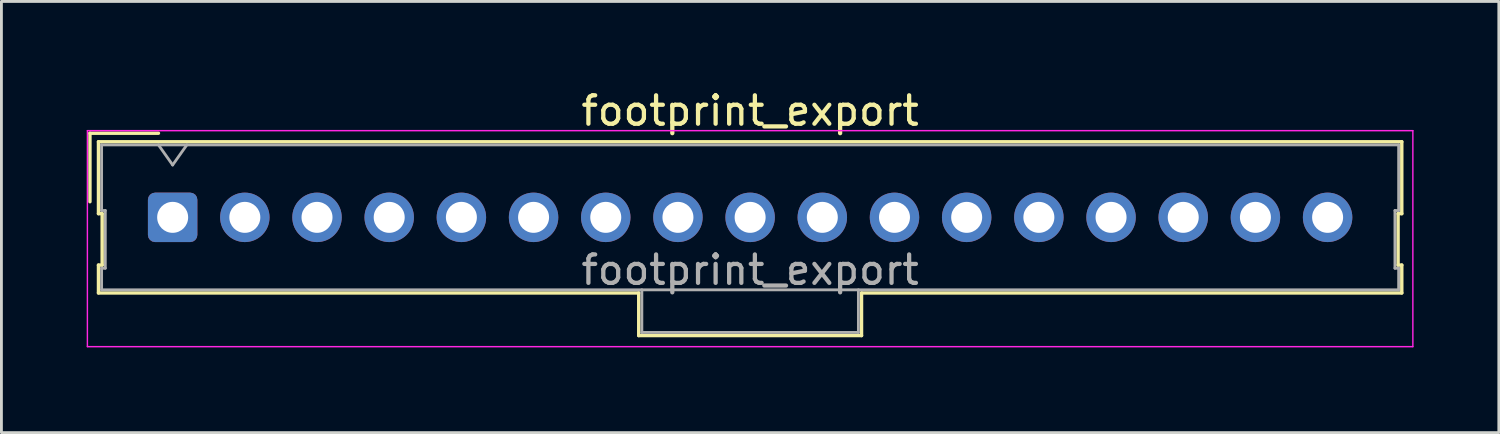
<source format=kicad_pcb>
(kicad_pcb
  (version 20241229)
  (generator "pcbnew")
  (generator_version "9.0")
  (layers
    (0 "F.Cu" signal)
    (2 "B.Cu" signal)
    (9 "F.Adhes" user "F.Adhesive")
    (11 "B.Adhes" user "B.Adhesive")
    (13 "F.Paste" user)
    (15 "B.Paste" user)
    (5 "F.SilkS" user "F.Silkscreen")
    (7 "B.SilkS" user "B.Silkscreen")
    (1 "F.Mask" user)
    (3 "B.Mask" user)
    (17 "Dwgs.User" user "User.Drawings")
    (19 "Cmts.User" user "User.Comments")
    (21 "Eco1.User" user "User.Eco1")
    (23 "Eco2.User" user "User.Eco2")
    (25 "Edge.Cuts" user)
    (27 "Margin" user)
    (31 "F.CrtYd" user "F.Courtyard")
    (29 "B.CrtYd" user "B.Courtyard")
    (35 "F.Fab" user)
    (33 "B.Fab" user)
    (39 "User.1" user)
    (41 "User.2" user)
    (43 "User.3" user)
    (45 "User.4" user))
  (footprint "footprint_export"
    (layer "F.Cu")
    (at 3.025 4.598)
    (property "Reference" "footprint_export" (at 20.32 -3.75 0) (layer "F.SilkS") (effects (font (size 1 1) (thickness 0.15))))
    (attr through_hole)
    (fp_line (start -2.91 -2.96) (end -0.5 -2.96) (stroke (width 0.12) (type solid)) (layer "F.SilkS"))
    (fp_line (start -2.91 -0.55) (end -2.91 -2.96) (stroke (width 0.12) (type solid)) (layer "F.SilkS"))
    (fp_line (start -2.61 -2.66) (end -2.61 -0.13) (stroke (width 0.12) (type solid)) (layer "F.SilkS"))
    (fp_line (start -2.61 -0.13) (end -2.48 -0.13) (stroke (width 0.12) (type solid)) (layer "F.SilkS"))
    (fp_line (start -2.61 1.68) (end -2.61 2.66) (stroke (width 0.12) (type solid)) (layer "F.SilkS"))
    (fp_line (start -2.61 2.66) (end 16.4 2.66) (stroke (width 0.12) (type solid)) (layer "F.SilkS"))
    (fp_line (start -2.48 -0.13) (end -2.48 1.68) (stroke (width 0.12) (type solid)) (layer "F.SilkS"))
    (fp_line (start -2.48 1.68) (end -2.61 1.68) (stroke (width 0.12) (type solid)) (layer "F.SilkS"))
    (fp_line (start 16.4 2.66) (end 16.4 4.16) (stroke (width 0.12) (type solid)) (layer "F.SilkS"))
    (fp_line (start 16.4 4.16) (end 24.24 4.16) (stroke (width 0.12) (type solid)) (layer "F.SilkS"))
    (fp_line (start 24.24 2.66) (end 43.25 2.66) (stroke (width 0.12) (type solid)) (layer "F.SilkS"))
    (fp_line (start 24.24 4.16) (end 24.24 2.66) (stroke (width 0.12) (type solid)) (layer "F.SilkS"))
    (fp_line (start 43.12 -0.13) (end 43.25 -0.13) (stroke (width 0.12) (type solid)) (layer "F.SilkS"))
    (fp_line (start 43.12 1.68) (end 43.12 -0.13) (stroke (width 0.12) (type solid)) (layer "F.SilkS"))
    (fp_line (start 43.25 -2.66) (end -2.61 -2.66) (stroke (width 0.12) (type solid)) (layer "F.SilkS"))
    (fp_line (start 43.25 -0.13) (end 43.25 -2.66) (stroke (width 0.12) (type solid)) (layer "F.SilkS"))
    (fp_line (start 43.25 1.68) (end 43.12 1.68) (stroke (width 0.12) (type solid)) (layer "F.SilkS"))
    (fp_line (start 43.25 2.66) (end 43.25 1.68) (stroke (width 0.12) (type solid)) (layer "F.SilkS"))
    (fp_line (start -3 -3.05) (end -3 4.55) (stroke (width 0.05) (type solid)) (layer "F.CrtYd"))
    (fp_line (start -3 4.55) (end 43.64 4.55) (stroke (width 0.05) (type solid)) (layer "F.CrtYd"))
    (fp_line (start 43.64 -3.05) (end -3 -3.05) (stroke (width 0.05) (type solid)) (layer "F.CrtYd"))
    (fp_line (start 43.64 4.55) (end 43.64 -3.05) (stroke (width 0.05) (type solid)) (layer "F.CrtYd"))
    (fp_line (start -2.5 -2.55) (end -2.5 -0.24) (stroke (width 0.1) (type solid)) (layer "F.Fab"))
    (fp_line (start -2.5 -0.24) (end -2.37 -0.24) (stroke (width 0.1) (type solid)) (layer "F.Fab"))
    (fp_line (start -2.5 1.79) (end -2.5 2.55) (stroke (width 0.1) (type solid)) (layer "F.Fab"))
    (fp_line (start -2.5 2.55) (end 43.14 2.55) (stroke (width 0.1) (type solid)) (layer "F.Fab"))
    (fp_line (start -2.37 -0.24) (end -2.37 1.79) (stroke (width 0.1) (type solid)) (layer "F.Fab"))
    (fp_line (start -2.37 1.79) (end -2.5 1.79) (stroke (width 0.1) (type solid)) (layer "F.Fab"))
    (fp_line (start 0 -1.843) (end -0.5 -2.55) (stroke (width 0.1) (type solid)) (layer "F.Fab"))
    (fp_line (start 0.5 -2.55) (end 0 -1.843) (stroke (width 0.1) (type solid)) (layer "F.Fab"))
    (fp_line (start 16.51 2.55) (end 16.51 4.05) (stroke (width 0.1) (type solid)) (layer "F.Fab"))
    (fp_line (start 16.51 4.05) (end 24.13 4.05) (stroke (width 0.1) (type solid)) (layer "F.Fab"))
    (fp_line (start 24.13 4.05) (end 24.13 2.55) (stroke (width 0.1) (type solid)) (layer "F.Fab"))
    (fp_line (start 43.01 -0.24) (end 43.14 -0.24) (stroke (width 0.1) (type solid)) (layer "F.Fab"))
    (fp_line (start 43.01 1.79) (end 43.01 -0.24) (stroke (width 0.1) (type solid)) (layer "F.Fab"))
    (fp_line (start 43.14 -2.55) (end -2.5 -2.55) (stroke (width 0.1) (type solid)) (layer "F.Fab"))
    (fp_line (start 43.14 -0.24) (end 43.14 -2.55) (stroke (width 0.1) (type solid)) (layer "F.Fab"))
    (fp_line (start 43.14 1.79) (end 43.01 1.79) (stroke (width 0.1) (type solid)) (layer "F.Fab"))
    (fp_line (start 43.14 2.55) (end 43.14 1.79) (stroke (width 0.1) (type solid)) (layer "F.Fab"))
    (fp_text user "${REFERENCE}" (at 20.32 1.85 0) (layer "F.Fab") (effects (font (size 1 1) (thickness 0.15))))
    (pad "1" thru_hole roundrect (at 0 0) (size 1.74 1.74) (drill 1.09) (layers "*.Cu" "*.Mask") (roundrect_rratio 0.144))
    (pad "2" thru_hole circle (at 2.54 0) (size 1.74 1.74) (drill 1.09) (layers "*.Cu" "*.Mask"))
    (pad "3" thru_hole circle (at 5.08 0) (size 1.74 1.74) (drill 1.09) (layers "*.Cu" "*.Mask"))
    (pad "4" thru_hole circle (at 7.62 0) (size 1.74 1.74) (drill 1.09) (layers "*.Cu" "*.Mask"))
    (pad "5" thru_hole circle (at 10.16 0) (size 1.74 1.74) (drill 1.09) (layers "*.Cu" "*.Mask"))
    (pad "6" thru_hole circle (at 12.7 0) (size 1.74 1.74) (drill 1.09) (layers "*.Cu" "*.Mask"))
    (pad "7" thru_hole circle (at 15.24 0) (size 1.74 1.74) (drill 1.09) (layers "*.Cu" "*.Mask"))
    (pad "8" thru_hole circle (at 17.78 0) (size 1.74 1.74) (drill 1.09) (layers "*.Cu" "*.Mask"))
    (pad "9" thru_hole circle (at 20.32 0) (size 1.74 1.74) (drill 1.09) (layers "*.Cu" "*.Mask"))
    (pad "10" thru_hole circle (at 22.86 0) (size 1.74 1.74) (drill 1.09) (layers "*.Cu" "*.Mask"))
    (pad "11" thru_hole circle (at 25.4 0) (size 1.74 1.74) (drill 1.09) (layers "*.Cu" "*.Mask"))
    (pad "12" thru_hole circle (at 27.94 0) (size 1.74 1.74) (drill 1.09) (layers "*.Cu" "*.Mask"))
    (pad "13" thru_hole circle (at 30.48 0) (size 1.74 1.74) (drill 1.09) (layers "*.Cu" "*.Mask"))
    (pad "14" thru_hole circle (at 33.02 0) (size 1.74 1.74) (drill 1.09) (layers "*.Cu" "*.Mask"))
    (pad "15" thru_hole circle (at 35.56 0) (size 1.74 1.74) (drill 1.09) (layers "*.Cu" "*.Mask"))
    (pad "16" thru_hole circle (at 38.1 0) (size 1.74 1.74) (drill 1.09) (layers "*.Cu" "*.Mask"))
    (pad "17" thru_hole circle (at 40.64 0) (size 1.74 1.74) (drill 1.09) (layers "*.Cu" "*.Mask")))
  (gr_rect
    (start -3 -3)
    (end 49.69 12.173)
    (stroke (width 0.1) (type default))
    (fill no)
    (layer "Edge.Cuts")))
</source>
